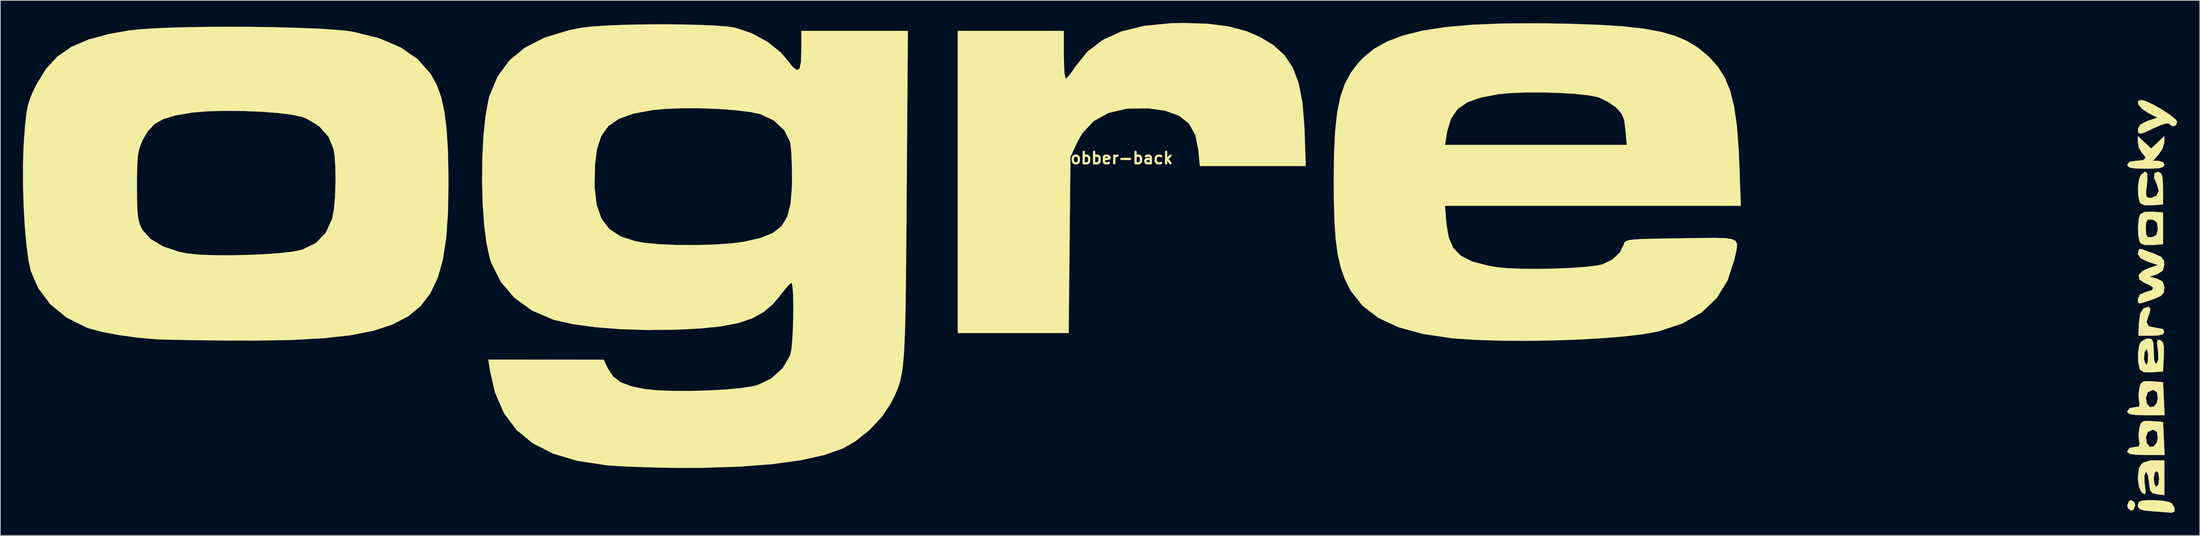
<source format=kicad_pcb>
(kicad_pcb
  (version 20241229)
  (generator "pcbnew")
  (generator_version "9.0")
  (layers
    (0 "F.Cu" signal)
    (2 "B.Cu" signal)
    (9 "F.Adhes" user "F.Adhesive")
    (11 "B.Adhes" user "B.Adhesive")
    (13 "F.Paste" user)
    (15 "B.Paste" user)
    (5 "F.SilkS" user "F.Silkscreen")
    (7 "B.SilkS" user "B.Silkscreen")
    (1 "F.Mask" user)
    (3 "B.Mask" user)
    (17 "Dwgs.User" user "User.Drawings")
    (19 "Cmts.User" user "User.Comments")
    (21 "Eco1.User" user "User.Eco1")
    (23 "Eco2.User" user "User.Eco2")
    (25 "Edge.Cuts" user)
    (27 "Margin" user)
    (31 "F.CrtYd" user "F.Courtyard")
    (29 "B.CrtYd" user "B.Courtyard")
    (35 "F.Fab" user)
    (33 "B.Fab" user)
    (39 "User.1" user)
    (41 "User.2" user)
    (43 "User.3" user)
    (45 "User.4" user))
  (footprint "ogre-jobber-back"
    (layer "F.Cu")
    (at 142.349 17.994)
    (property "Reference" "ogre-jobber-back" (at 0 0 0) (layer "F.SilkS") (effects (font (size 1.524 1.524) (thickness 0.3))))
    (attr through_hole)
    (fp_poly (pts (xy 138.543 45.802) (xy 138.642 46.214) (xy 138.421 46.788) (xy 138.113 46.919) (xy 137.682 46.625) (xy 137.583 46.214) (xy 137.804 45.639) (xy 138.113 45.508) (xy 138.543 45.802)) (stroke (width 0.01) (type solid)) (fill yes) (layer "F.SilkS"))
    (fp_poly (pts (xy 142.227 45.578) (xy 143.149 45.756) (xy 143.51 45.932) (xy 143.878 46.531) (xy 143.867 47.041) (xy 143.492 47.206) (xy 142.916 47.148) (xy 141.892 47.07) (xy 141.023 47.012) (xy 139.862 46.905) (xy 139.246 46.729) (xy 139.016 46.419) (xy 138.994 46.196) (xy 139.079 45.806) (xy 139.442 45.598) (xy 140.246 45.518) (xy 141.041 45.508) (xy 142.227 45.578)) (stroke (width 0.01) (type solid)) (fill yes) (layer "F.SilkS"))
    (fp_poly (pts (xy 140.678 20.088) (xy 140.49 20.826) (xy 140.423 20.957) (xy 140.149 21.852) (xy 140.483 22.39) (xy 141.428 22.577) (xy 141.485 22.578) (xy 142.31 22.738) (xy 142.522 23.107) (xy 142.33 23.443) (xy 141.665 23.605) (xy 140.797 23.636) (xy 139.071 23.636) (xy 139.121 21.998) (xy 139.293 20.708) (xy 139.723 20.015) (xy 139.771 19.982) (xy 140.415 19.771) (xy 140.678 20.088)) (stroke (width 0.01) (type solid)) (fill yes) (layer "F.SilkS"))
    (fp_poly (pts (xy 140.117 -7.562) (xy 141.105 -7.095) (xy 142.205 -6.468) (xy 143.221 -5.799) (xy 143.959 -5.207) (xy 144.222 -4.851) (xy 144.067 -4.369) (xy 143.607 -4.223) (xy 143.2 -4.504) (xy 143.169 -4.58) (xy 142.82 -4.628) (xy 142.04 -4.393) (xy 141.287 -4.062) (xy 140.108 -3.501) (xy 139.421 -3.254) (xy 139.096 -3.308) (xy 138.999 -3.651) (xy 138.994 -3.853) (xy 139.29 -4.456) (xy 140.219 -4.935) (xy 140.292 -4.96) (xy 141.59 -5.388) (xy 140.292 -6.054) (xy 139.498 -6.596) (xy 139.045 -7.16) (xy 139.009 -7.594) (xy 139.435 -7.751) (xy 140.117 -7.562)) (stroke (width 0.01) (type solid)) (fill yes) (layer "F.SilkS"))
    (fp_poly (pts (xy 142.346 7.232) (xy 142.346 11.465) (xy 140.891 11.572) (xy 139.857 11.561) (xy 139.329 11.301) (xy 139.216 11.102) (xy 139.042 10.222) (xy 139.019 9.349) (xy 140.053 9.349) (xy 140.107 10.194) (xy 140.354 10.52) (xy 140.847 10.52) (xy 141.432 10.27) (xy 141.633 9.612) (xy 141.64 9.349) (xy 141.515 8.55) (xy 141.043 8.215) (xy 140.847 8.178) (xy 140.319 8.191) (xy 140.096 8.558) (xy 140.053 9.349) (xy 139.019 9.349) (xy 139.012 9.092) (xy 139.115 8.045) (xy 139.3 7.472) (xy 139.885 7.159) (xy 140.971 7.119) (xy 142.346 7.232)) (stroke (width 0.01) (type solid)) (fill yes) (layer "F.SilkS"))
    (fp_poly (pts (xy 142.522 -2.113) (xy 142.286 -1.262) (xy 141.755 -0.464) (xy 140.988 0.353) (xy 141.755 0.353) (xy 142.378 0.559) (xy 142.522 0.882) (xy 142.377 1.169) (xy 141.855 1.334) (xy 140.826 1.403) (xy 140.053 1.411) (xy 138.711 1.38) (xy 137.943 1.268) (xy 137.619 1.048) (xy 137.583 0.882) (xy 137.851 0.491) (xy 138.706 0.354) (xy 138.818 0.353) (xy 139.755 0.244) (xy 140.021 -0.082) (xy 139.616 -0.627) (xy 139.524 -0.706) (xy 139.113 -1.38) (xy 138.994 -2.045) (xy 138.994 -2.945) (xy 139.876 -2.117) (xy 140.758 -1.288) (xy 142.522 -2.945) (xy 142.522 -2.113)) (stroke (width 0.01) (type solid)) (fill yes) (layer "F.SilkS"))
    (fp_poly (pts (xy 140.236 2.001) (xy 140.27 2.83) (xy 140.196 3.528) (xy 140.082 4.57) (xy 140.137 5.093) (xy 140.414 5.274) (xy 140.724 5.292) (xy 141.467 5.021) (xy 141.765 4.351) (xy 141.526 3.496) (xy 141.52 3.486) (xy 141.147 2.617) (xy 141.2 2.009) (xy 141.658 1.82) (xy 141.728 1.831) (xy 142.082 2.025) (xy 142.272 2.542) (xy 142.342 3.542) (xy 142.346 4.062) (xy 142.346 6.174) (xy 140.891 6.28) (xy 139.857 6.269) (xy 139.329 6.01) (xy 139.216 5.81) (xy 139.025 4.873) (xy 139.013 3.75) (xy 139.161 2.743) (xy 139.418 2.187) (xy 139.958 1.797) (xy 140.236 2.001)) (stroke (width 0.01) (type solid)) (fill yes) (layer "F.SilkS"))
    (fp_poly (pts (xy 140.879 29.703) (xy 142.346 29.81) (xy 142.556 34.219) (xy 140.07 34.219) (xy 138.723 34.189) (xy 137.95 34.078) (xy 137.621 33.86) (xy 137.583 33.69) (xy 137.891 33.265) (xy 138.489 33.161) (xy 139.129 33.066) (xy 139.229 32.675) (xy 139.168 32.448) (xy 139.109 31.879) (xy 140.063 31.879) (xy 140.198 32.679) (xy 140.606 33.138) (xy 141.112 33.061) (xy 141.519 32.552) (xy 141.64 31.922) (xy 141.528 31.148) (xy 141.111 30.878) (xy 140.94 30.868) (xy 140.321 31.157) (xy 140.063 31.879) (xy 139.109 31.879) (xy 139.078 31.584) (xy 139.177 30.665) (xy 139.383 29.992) (xy 139.755 29.707) (xy 140.525 29.679) (xy 140.879 29.703)) (stroke (width 0.01) (type solid)) (fill yes) (layer "F.SilkS"))
    (fp_poly (pts (xy 140.879 34.994) (xy 142.346 35.101) (xy 142.556 39.511) (xy 140.07 39.511) (xy 138.723 39.48) (xy 137.95 39.37) (xy 137.621 39.152) (xy 137.583 38.982) (xy 137.891 38.557) (xy 138.489 38.453) (xy 139.129 38.358) (xy 139.229 37.967) (xy 139.168 37.739) (xy 139.109 37.171) (xy 140.063 37.171) (xy 140.198 37.97) (xy 140.606 38.43) (xy 141.112 38.353) (xy 141.519 37.843) (xy 141.64 37.213) (xy 141.528 36.44) (xy 141.111 36.17) (xy 140.94 36.16) (xy 140.321 36.449) (xy 140.063 37.171) (xy 139.109 37.171) (xy 139.078 36.876) (xy 139.177 35.957) (xy 139.383 35.283) (xy 139.755 34.998) (xy 140.525 34.971) (xy 140.879 34.994)) (stroke (width 0.01) (type solid)) (fill yes) (layer "F.SilkS"))
    (fp_poly (pts (xy 142.522 44.85) (xy 141.552 44.738) (xy 140.932 44.588) (xy 140.624 44.187) (xy 140.489 43.326) (xy 140.473 43.119) (xy 140.407 42.686) (xy 141.111 42.686) (xy 141.213 43.429) (xy 141.459 43.744) (xy 141.464 43.744) (xy 141.712 43.438) (xy 141.817 42.699) (xy 141.817 42.686) (xy 141.714 41.943) (xy 141.468 41.628) (xy 141.464 41.628) (xy 141.216 41.934) (xy 141.111 42.673) (xy 141.111 42.686) (xy 140.407 42.686) (xy 140.34 42.252) (xy 140.13 41.821) (xy 140.031 41.817) (xy 139.871 42.264) (xy 139.882 43.122) (xy 139.921 43.413) (xy 140.042 44.386) (xy 139.961 44.751) (xy 139.638 44.588) (xy 139.418 44.379) (xy 139.148 43.776) (xy 139.003 42.801) (xy 138.994 42.51) (xy 139.134 41.25) (xy 139.63 40.534) (xy 140.596 40.242) (xy 141.182 40.217) (xy 142.522 40.217) (xy 142.522 44.85)) (stroke (width 0.01) (type solid)) (fill yes) (layer "F.SilkS"))
    (fp_poly (pts (xy 140.038 12.303) (xy 140.972 12.64) (xy 141.199 12.721) (xy 142.086 13.131) (xy 142.463 13.632) (xy 142.522 14.153) (xy 142.33 14.955) (xy 141.631 15.421) (xy 141.552 15.449) (xy 140.582 15.788) (xy 141.552 16.046) (xy 142.284 16.405) (xy 142.517 17.099) (xy 142.522 17.291) (xy 142.434 17.922) (xy 142.053 18.345) (xy 141.207 18.723) (xy 140.872 18.84) (xy 139.801 19.204) (xy 139.239 19.345) (xy 139.025 19.256) (xy 138.993 18.926) (xy 138.994 18.725) (xy 139.284 18.128) (xy 140.053 17.815) (xy 140.888 17.544) (xy 141.025 17.233) (xy 140.465 16.859) (xy 140.023 16.677) (xy 139.221 16.175) (xy 139.086 15.589) (xy 139.6 15.013) (xy 140.406 14.64) (xy 141.64 14.224) (xy 140.317 13.788) (xy 139.365 13.34) (xy 139.005 12.781) (xy 138.994 12.635) (xy 139.164 12.115) (xy 139.435 12.083) (xy 140.038 12.303)) (stroke (width 0.01) (type solid)) (fill yes) (layer "F.SilkS"))
    (fp_poly (pts (xy 140.859 24.106) (xy 141.051 24.567) (xy 141.11 25.536) (xy 141.111 25.774) (xy 141.174 26.897) (xy 141.365 27.34) (xy 141.498 27.319) (xy 141.717 26.794) (xy 141.678 25.715) (xy 141.653 25.538) (xy 141.544 24.595) (xy 141.621 24.194) (xy 141.922 24.188) (xy 141.988 24.212) (xy 142.319 24.502) (xy 142.463 25.146) (xy 142.456 26.309) (xy 142.45 26.414) (xy 142.346 28.399) (xy 140.891 28.505) (xy 139.857 28.494) (xy 139.329 28.235) (xy 139.216 28.035) (xy 139.025 27.098) (xy 139.021 26.685) (xy 139.795 26.685) (xy 139.893 27.076) (xy 140.121 27.508) (xy 140.257 27.286) (xy 140.31 27.076) (xy 140.359 26.176) (xy 140.31 25.841) (xy 140.167 25.408) (xy 139.987 25.631) (xy 139.893 25.841) (xy 139.795 26.685) (xy 139.021 26.685) (xy 139.013 25.975) (xy 139.161 24.968) (xy 139.418 24.412) (xy 140.126 24.039) (xy 140.476 23.989) (xy 140.859 24.106)) (stroke (width 0.01) (type solid)) (fill yes) (layer "F.SilkS"))
    (fp_poly (pts (xy 15.351 -17.875) (xy 18.06 -17.523) (xy 20.384 -16.904) (xy 22.194 -16.135) (xy 24.048 -15.01) (xy 25.498 -13.666) (xy 26.589 -12.014) (xy 27.36 -9.965) (xy 27.856 -7.43) (xy 28.117 -4.32) (xy 28.145 -3.616) (xy 28.304 1.058) (xy 14.209 1.058) (xy 14.012 -1.112) (xy 13.611 -3.081) (xy 12.775 -4.576) (xy 11.453 -5.638) (xy 9.595 -6.312) (xy 7.381 -6.623) (xy 4.482 -6.581) (xy 2.044 -6.009) (xy 0.069 -4.908) (xy -1.439 -3.279) (xy -2.06 -2.179) (xy -2.999 -0.176) (xy -3.233 23.283) (xy -17.992 23.283) (xy -17.992 -16.933) (xy -3.881 -16.933) (xy -3.881 -13.758) (xy -3.853 -12.36) (xy -3.78 -11.276) (xy -3.675 -10.664) (xy -3.616 -10.584) (xy -3.295 -10.858) (xy -2.755 -11.56) (xy -2.354 -12.163) (xy -0.746 -14.164) (xy 1.295 -15.728) (xy 3.806 -16.871) (xy 6.826 -17.609) (xy 10.393 -17.956) (xy 12.114 -17.989) (xy 15.351 -17.875)) (stroke (width 0.01) (type solid)) (fill yes) (layer "F.SilkS"))
    (fp_poly (pts (xy 63.324 -17.881) (xy 67.216 -17.746) (xy 70.487 -17.539) (xy 73.222 -17.239) (xy 75.503 -16.826) (xy 77.413 -16.28) (xy 79.036 -15.583) (xy 80.455 -14.714) (xy 81.753 -13.653) (xy 81.963 -13.457) (xy 83.124 -12.174) (xy 84.046 -10.713) (xy 84.757 -8.979) (xy 85.284 -6.877) (xy 85.654 -4.313) (xy 85.893 -1.191) (xy 85.972 0.617) (xy 86.177 6.35) (xy 46.823 6.35) (xy 47.01 8.685) (xy 47.307 10.531) (xy 47.917 11.939) (xy 48.929 12.986) (xy 50.428 13.746) (xy 52.501 14.297) (xy 53.622 14.493) (xy 55.053 14.639) (xy 56.923 14.72) (xy 59.062 14.741) (xy 61.304 14.705) (xy 63.478 14.616) (xy 65.416 14.48) (xy 66.95 14.3) (xy 67.76 14.132) (xy 69.074 13.499) (xy 70.092 12.551) (xy 70.611 11.477) (xy 70.613 11.465) (xy 70.687 11.231) (xy 70.87 11.054) (xy 71.254 10.924) (xy 71.927 10.831) (xy 72.979 10.767) (xy 74.501 10.722) (xy 76.581 10.686) (xy 78.233 10.665) (xy 80.769 10.627) (xy 82.68 10.611) (xy 84.046 10.645) (xy 84.947 10.764) (xy 85.463 10.998) (xy 85.673 11.379) (xy 85.659 11.939) (xy 85.501 12.71) (xy 85.328 13.476) (xy 84.421 16.271) (xy 82.978 18.616) (xy 80.99 20.519) (xy 78.453 21.985) (xy 75.357 23.022) (xy 75.057 23.094) (xy 73.112 23.44) (xy 70.597 23.736) (xy 67.643 23.975) (xy 64.384 24.155) (xy 60.952 24.27) (xy 57.481 24.317) (xy 54.104 24.291) (xy 50.952 24.189) (xy 48.16 24.005) (xy 47.73 23.965) (xy 43.882 23.401) (xy 40.64 22.506) (xy 37.982 21.268) (xy 35.886 19.678) (xy 34.327 17.723) (xy 34.098 17.324) (xy 33.441 15.956) (xy 32.929 14.482) (xy 32.548 12.798) (xy 32.282 10.798) (xy 32.115 8.379) (xy 32.034 5.434) (xy 32.019 2.999) (xy 32.063 -0.605) (xy 32.12 -1.764) (xy 46.829 -1.764) (xy 70.996 -1.764) (xy 70.83 -3.763) (xy 70.662 -5.031) (xy 70.339 -5.876) (xy 69.742 -6.583) (xy 69.57 -6.74) (xy 68.488 -7.498) (xy 67.281 -8.067) (xy 67.135 -8.113) (xy 65.907 -8.356) (xy 64.155 -8.545) (xy 62.061 -8.674) (xy 59.805 -8.74) (xy 57.568 -8.735) (xy 55.53 -8.656) (xy 53.993 -8.512) (xy 51.581 -8.064) (xy 49.776 -7.418) (xy 48.491 -6.507) (xy 47.639 -5.267) (xy 47.134 -3.63) (xy 47.069 -3.261) (xy 46.829 -1.764) (xy 32.12 -1.764) (xy 32.209 -3.599) (xy 32.479 -6.074) (xy 32.894 -8.12) (xy 33.477 -9.83) (xy 34.248 -11.294) (xy 35.23 -12.603) (xy 35.937 -13.359) (xy 37.356 -14.531) (xy 39.11 -15.516) (xy 41.244 -16.323) (xy 43.806 -16.959) (xy 46.841 -17.432) (xy 50.395 -17.75) (xy 54.516 -17.919) (xy 59.249 -17.949) (xy 63.324 -17.881)) (stroke (width 0.01) (type solid)) (fill yes) (layer "F.SilkS"))
    (fp_poly (pts (xy -112.61 -17.475) (xy -109.437 -17.435) (xy -106.414 -17.363) (xy -103.657 -17.259) (xy -101.283 -17.124) (xy -99.412 -16.959) (xy -98.425 -16.819) (xy -94.968 -15.958) (xy -92.112 -14.746) (xy -89.836 -13.173) (xy -88.122 -11.226) (xy -87.287 -9.725) (xy -86.723 -8.17) (xy -86.296 -6.256) (xy -85.996 -3.904) (xy -85.813 -1.034) (xy -85.74 2.43) (xy -85.737 3.641) (xy -85.811 7.387) (xy -86.046 10.663) (xy -86.483 13.501) (xy -87.165 15.929) (xy -88.135 17.978) (xy -89.435 19.677) (xy -91.107 21.057) (xy -93.194 22.146) (xy -95.739 22.976) (xy -98.784 23.574) (xy -102.371 23.973) (xy -106.543 24.2) (xy -111.342 24.286) (xy -115.145 24.278) (xy -117.541 24.254) (xy -119.807 24.224) (xy -121.81 24.188) (xy -123.417 24.152) (xy -124.494 24.115) (xy -124.707 24.104) (xy -127.184 23.882) (xy -129.622 23.544) (xy -131.816 23.124) (xy -133.561 22.658) (xy -133.905 22.538) (xy -136.543 21.22) (xy -138.708 19.444) (xy -140.339 17.27) (xy -141.302 15.024) (xy -141.613 13.59) (xy -141.879 11.602) (xy -142.093 9.209) (xy -142.247 6.56) (xy -142.333 3.805) (xy -142.334 3.704) (xy -127.176 3.704) (xy -127.162 5.666) (xy -127.109 7.071) (xy -126.997 8.066) (xy -126.809 8.797) (xy -126.527 9.414) (xy -126.465 9.525) (xy -125.39 10.738) (xy -123.74 11.733) (xy -121.63 12.451) (xy -120.455 12.685) (xy -118.982 12.835) (xy -117.062 12.915) (xy -114.858 12.93) (xy -112.534 12.885) (xy -110.252 12.785) (xy -108.175 12.636) (xy -106.468 12.443) (xy -105.292 12.21) (xy -105.242 12.196) (xy -103.401 11.313) (xy -102.069 9.948) (xy -101.216 8.069) (xy -101.199 8.01) (xy -100.981 6.805) (xy -100.835 5.135) (xy -100.768 3.239) (xy -100.783 1.352) (xy -100.885 -0.288) (xy -101.01 -1.154) (xy -101.696 -2.833) (xy -102.946 -4.247) (xy -104.631 -5.266) (xy -105.249 -5.489) (xy -106.607 -5.779) (xy -108.493 -6.011) (xy -110.733 -6.178) (xy -113.152 -6.274) (xy -115.574 -6.292) (xy -117.825 -6.226) (xy -119.73 -6.068) (xy -119.927 -6.043) (xy -122.091 -5.673) (xy -123.688 -5.189) (xy -124.856 -4.516) (xy -125.73 -3.581) (xy -126.294 -2.627) (xy -126.662 -1.842) (xy -126.911 -1.097) (xy -127.064 -0.229) (xy -127.144 0.925) (xy -127.173 2.529) (xy -127.176 3.704) (xy -142.334 3.704) (xy -142.344 1.093) (xy -142.272 -1.425) (xy -142.202 -2.576) (xy -142.045 -4.524) (xy -141.885 -5.953) (xy -141.679 -7.048) (xy -141.384 -7.993) (xy -140.957 -8.974) (xy -140.513 -9.867) (xy -139.277 -11.882) (xy -137.781 -13.505) (xy -135.934 -14.787) (xy -133.646 -15.78) (xy -130.827 -16.537) (xy -128.201 -16.997) (xy -126.6 -17.166) (xy -124.443 -17.298) (xy -121.849 -17.394) (xy -118.933 -17.455) (xy -115.815 -17.482) (xy -112.61 -17.475)) (stroke (width 0.01) (type solid)) (fill yes) (layer "F.SilkS"))
    (fp_poly (pts (xy -54.842 -17.79) (xy -52.433 -17.735) (xy -50.326 -17.644) (xy -48.656 -17.516) (xy -47.584 -17.358) (xy -45.399 -16.62) (xy -43.326 -15.492) (xy -41.589 -14.113) (xy -40.758 -13.163) (xy -39.943 -12.136) (xy -39.382 -11.713) (xy -39.033 -11.917) (xy -38.855 -12.774) (xy -38.806 -14.287) (xy -38.806 -16.933) (xy -24.625 -16.933) (xy -24.789 5.203) (xy -24.824 9.858) (xy -24.858 13.864) (xy -24.895 17.28) (xy -24.939 20.163) (xy -24.995 22.572) (xy -25.068 24.563) (xy -25.162 26.194) (xy -25.281 27.524) (xy -25.429 28.609) (xy -25.612 29.508) (xy -25.833 30.278) (xy -26.097 30.977) (xy -26.409 31.661) (xy -26.773 32.39) (xy -26.899 32.639) (xy -28.086 34.428) (xy -29.733 36.182) (xy -31.615 37.688) (xy -33.261 38.63) (xy -35.714 39.5) (xy -38.83 40.197) (xy -42.589 40.717) (xy -46.967 41.057) (xy -51.945 41.216) (xy -55.033 41.224) (xy -57.387 41.192) (xy -59.755 41.131) (xy -61.944 41.048) (xy -63.761 40.951) (xy -64.73 40.875) (xy -68.575 40.29) (xy -71.84 39.318) (xy -74.549 37.94) (xy -76.723 36.139) (xy -78.384 33.898) (xy -79.554 31.197) (xy -80.214 28.31) (xy -80.442 26.811) (xy -72.765 26.819) (xy -65.088 26.826) (xy -64.558 27.944) (xy -63.845 29.042) (xy -62.825 29.828) (xy -61.361 30.379) (xy -59.619 30.727) (xy -57.98 30.894) (xy -55.919 30.978) (xy -53.607 30.985) (xy -51.217 30.921) (xy -48.919 30.792) (xy -46.883 30.603) (xy -45.281 30.362) (xy -44.617 30.2) (xy -42.795 29.322) (xy -41.313 27.986) (xy -40.338 26.348) (xy -40.264 26.141) (xy -40.121 25.401) (xy -40.007 24.225) (xy -39.925 22.768) (xy -39.878 21.184) (xy -39.866 19.627) (xy -39.893 18.25) (xy -39.961 17.207) (xy -40.071 16.653) (xy -40.128 16.602) (xy -40.47 16.877) (xy -41.053 17.556) (xy -41.456 18.088) (xy -42.59 19.442) (xy -43.869 20.518) (xy -45.387 21.348) (xy -47.239 21.963) (xy -49.518 22.396) (xy -52.317 22.678) (xy -55.409 22.831) (xy -59.239 22.876) (xy -62.894 22.761) (xy -66.25 22.497) (xy -69.18 22.094) (xy -71.558 21.563) (xy -71.825 21.483) (xy -74.622 20.291) (xy -76.956 18.606) (xy -78.78 16.474) (xy -80.046 13.941) (xy -80.254 13.304) (xy -80.683 11.346) (xy -80.996 8.863) (xy -81.193 6.021) (xy -81.25 3.854) (xy -66.303 3.854) (xy -66.027 6.216) (xy -65.383 8.058) (xy -64.332 9.438) (xy -62.837 10.416) (xy -60.859 11.054) (xy -59.754 11.253) (xy -57.791 11.45) (xy -55.405 11.554) (xy -52.827 11.568) (xy -50.289 11.494) (xy -48.022 11.333) (xy -46.471 11.128) (xy -44.261 10.631) (xy -42.606 9.969) (xy -41.431 9.046) (xy -40.663 7.765) (xy -40.228 6.029) (xy -40.054 3.741) (xy -40.04 2.646) (xy -40.064 0.962) (xy -40.128 -0.545) (xy -40.222 -1.683) (xy -40.305 -2.178) (xy -41.092 -3.733) (xy -42.434 -4.992) (xy -44.204 -5.835) (xy -44.212 -5.838) (xy -45.608 -6.137) (xy -47.527 -6.373) (xy -49.791 -6.54) (xy -52.22 -6.631) (xy -54.635 -6.638) (xy -56.855 -6.554) (xy -58.559 -6.394) (xy -61.119 -5.92) (xy -63.065 -5.231) (xy -64.475 -4.254) (xy -65.426 -2.914) (xy -65.995 -1.138) (xy -66.247 0.909) (xy -66.303 3.854) (xy -81.25 3.854) (xy -81.273 2.987) (xy -81.237 -0.072) (xy -81.084 -2.99) (xy -80.814 -5.6) (xy -80.427 -7.736) (xy -80.274 -8.306) (xy -79.208 -10.861) (xy -77.647 -12.99) (xy -75.561 -14.713) (xy -72.923 -16.051) (xy -69.705 -17.026) (xy -68.03 -17.356) (xy -66.662 -17.519) (xy -64.78 -17.646) (xy -62.522 -17.736) (xy -60.022 -17.791) (xy -57.417 -17.808) (xy -54.842 -17.79)) (stroke (width 0.01) (type solid)) (fill yes) (layer "F.SilkS")))
  (gr_rect
    (start -3 -3)
    (end 289.576 68.205)
    (stroke (width 0.1) (type default))
    (fill no)
    (layer "Edge.Cuts")))
</source>
